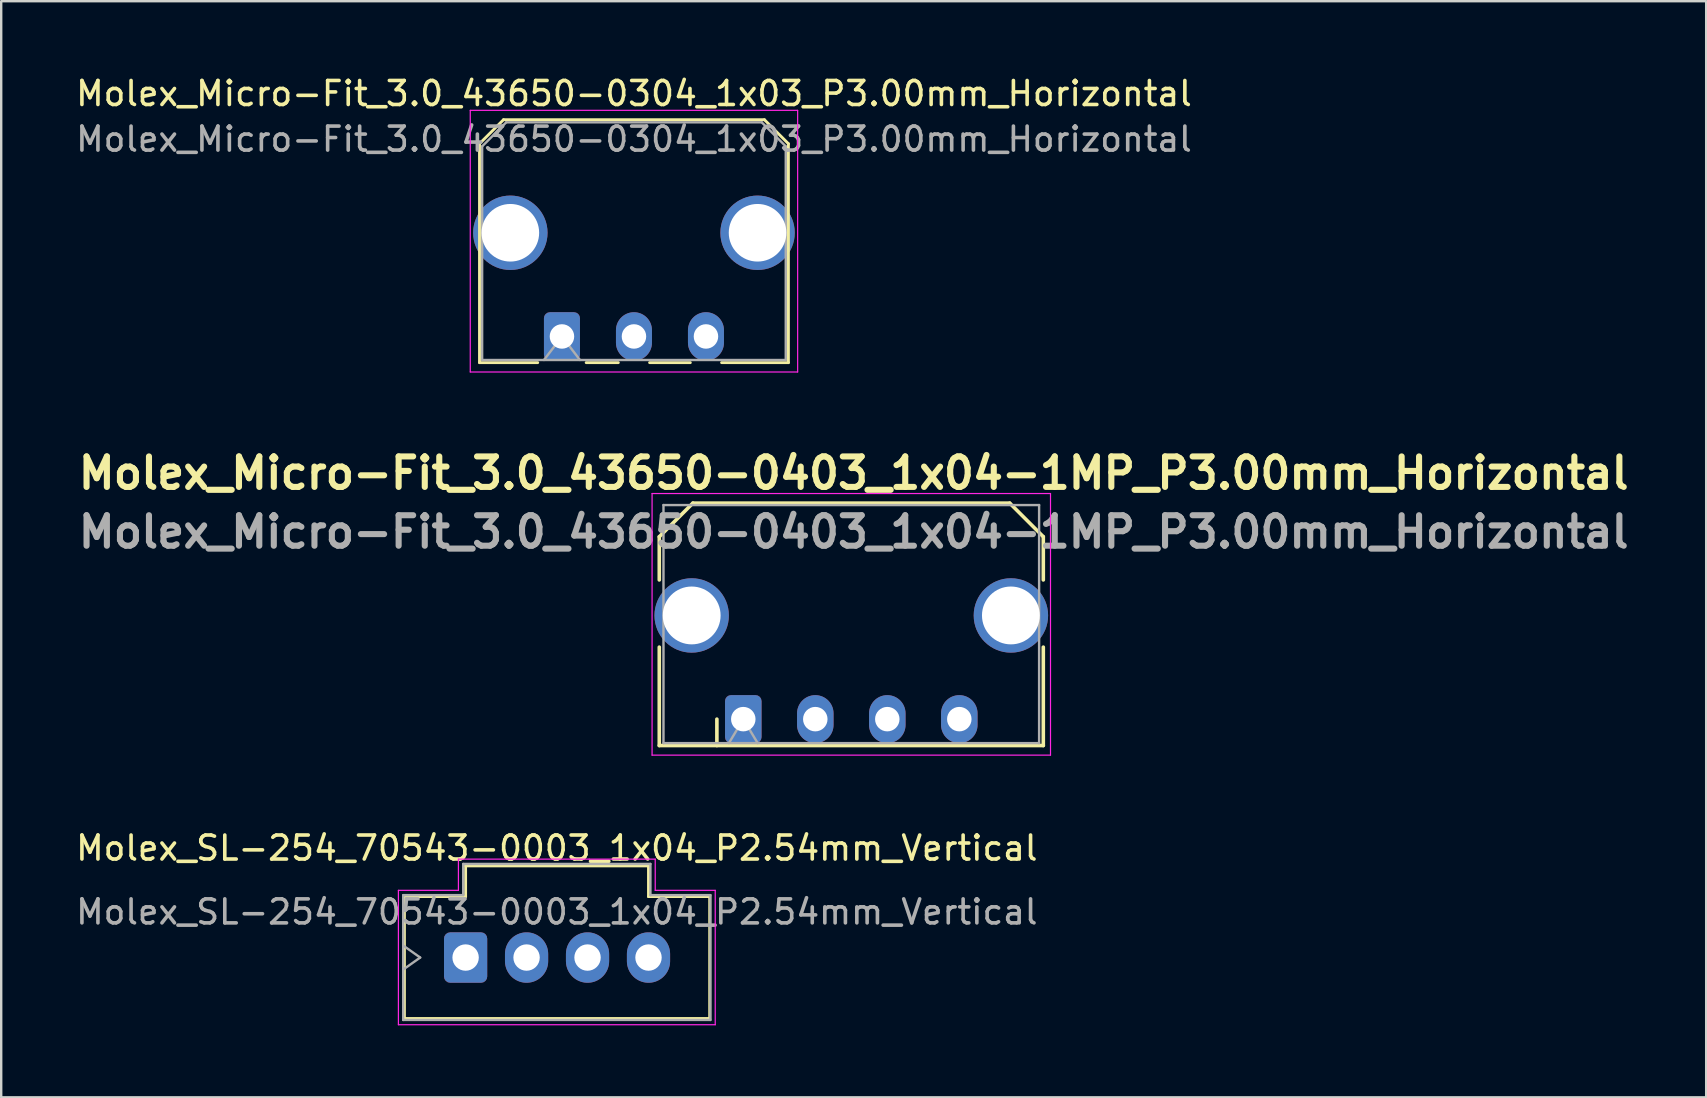
<source format=kicad_pcb>
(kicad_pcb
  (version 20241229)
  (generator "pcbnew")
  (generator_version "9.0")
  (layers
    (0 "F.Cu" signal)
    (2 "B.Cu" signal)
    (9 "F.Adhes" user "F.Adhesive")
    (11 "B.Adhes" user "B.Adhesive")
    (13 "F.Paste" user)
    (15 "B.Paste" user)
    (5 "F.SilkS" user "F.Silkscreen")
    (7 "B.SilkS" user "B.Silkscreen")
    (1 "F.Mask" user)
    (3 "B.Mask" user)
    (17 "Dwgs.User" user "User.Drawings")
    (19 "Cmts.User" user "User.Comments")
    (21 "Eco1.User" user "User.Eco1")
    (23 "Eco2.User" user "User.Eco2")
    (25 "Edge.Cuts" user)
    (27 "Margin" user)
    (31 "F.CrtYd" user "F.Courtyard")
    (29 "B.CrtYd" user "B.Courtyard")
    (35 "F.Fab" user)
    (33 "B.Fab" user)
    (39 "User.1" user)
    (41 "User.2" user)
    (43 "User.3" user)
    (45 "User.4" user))
  (footprint "Molex_Micro-Fit_3.0_43650-0304_1x03_P3.00mm_Horizontal"
    (layer "F.Cu")
    (at 20.363 10.968)
    (property "Reference" "Molex_Micro-Fit_3.0_43650-0304_1x03_P3.00mm_Horizontal" (at 3 -10.12 0) (layer "F.SilkS") (effects (font (size 1 1) (thickness 0.15))))
    (attr through_hole)
    (fp_line (start -3.435 -8.03) (end -2.435 -9.03) (stroke (width 0.12) (type solid)) (layer "F.SilkS"))
    (fp_line (start -3.435 1.09) (end -3.435 -8.03) (stroke (width 0.12) (type solid)) (layer "F.SilkS"))
    (fp_line (start -3.435 1.09) (end -1.01 1.09) (stroke (width 0.12) (type solid)) (layer "F.SilkS"))
    (fp_line (start -2.435 -9.03) (end 8.435 -9.03) (stroke (width 0.12) (type solid)) (layer "F.SilkS"))
    (fp_line (start 1.01 1.09) (end 2.348 1.09) (stroke (width 0.12) (type solid)) (layer "F.SilkS"))
    (fp_line (start 3.652 1.09) (end 5.348 1.09) (stroke (width 0.12) (type solid)) (layer "F.SilkS"))
    (fp_line (start 8.435 -9.03) (end 9.435 -8.03) (stroke (width 0.12) (type solid)) (layer "F.SilkS"))
    (fp_line (start 9.435 -8.03) (end 9.435 1.09) (stroke (width 0.12) (type solid)) (layer "F.SilkS"))
    (fp_line (start 9.435 1.09) (end 6.652 1.09) (stroke (width 0.12) (type solid)) (layer "F.SilkS"))
    (fp_line (start -3.82 -9.42) (end 9.82 -9.42) (stroke (width 0.05) (type solid)) (layer "F.CrtYd"))
    (fp_line (start -3.82 1.48) (end -3.82 -9.42) (stroke (width 0.05) (type solid)) (layer "F.CrtYd"))
    (fp_line (start 9.82 -9.42) (end 9.82 1.48) (stroke (width 0.05) (type solid)) (layer "F.CrtYd"))
    (fp_line (start 9.82 1.48) (end -3.82 1.48) (stroke (width 0.05) (type solid)) (layer "F.CrtYd"))
    (fp_line (start -3.325 -7.92) (end -2.325 -8.92) (stroke (width 0.1) (type solid)) (layer "F.Fab"))
    (fp_line (start -3.325 0.98) (end -3.325 -7.92) (stroke (width 0.1) (type solid)) (layer "F.Fab"))
    (fp_line (start -2.325 -8.92) (end 8.325 -8.92) (stroke (width 0.1) (type solid)) (layer "F.Fab"))
    (fp_line (start -0.75 0.98) (end 0 0) (stroke (width 0.1) (type solid)) (layer "F.Fab"))
    (fp_line (start 0 0) (end 0.75 0.98) (stroke (width 0.1) (type solid)) (layer "F.Fab"))
    (fp_line (start 8.325 -8.92) (end 9.325 -7.92) (stroke (width 0.1) (type solid)) (layer "F.Fab"))
    (fp_line (start 9.325 -7.92) (end 9.325 0.98) (stroke (width 0.1) (type solid)) (layer "F.Fab"))
    (fp_line (start 9.325 0.98) (end -3.325 0.98) (stroke (width 0.1) (type solid)) (layer "F.Fab"))
    (fp_rect (start -4.07 -2.27) (end -1.62 -0.67) (stroke (width 0.01) (type default)) (fill no) (layer "User.2"))
    (fp_rect (start 7.63 -2.27) (end 10.08 -0.67) (stroke (width 0.01) (type default)) (fill no) (layer "User.2"))
    (fp_text user "${REFERENCE}" (at 3 -8.22 0) (layer "F.Fab") (effects (font (size 1 1) (thickness 0.15))))
    (fp_text user "No copper" (at -4 -1.27 0) (unlocked yes) (layer "User.2") (effects (font (size 0.3 0.3) (thickness 0.037)) (justify left bottom)))
    (fp_text user "No copper" (at 7.7 -1.27 0) (unlocked yes) (layer "User.2") (effects (font (size 0.3 0.3) (thickness 0.037)) (justify left bottom)))
    (pad "1" thru_hole roundrect (at 0 0) (size 1.5 2.02) (drill 1.02) (layers "*.Cu" "*.Mask") (roundrect_rratio 0.167))
    (pad "2" thru_hole oval (at 3 0) (size 1.5 2.02) (drill 1.02) (layers "*.Cu" "*.Mask"))
    (pad "3" thru_hole oval (at 6 0) (size 1.5 2.02) (drill 1.02) (layers "*.Cu" "*.Mask"))
    (pad "MP" thru_hole circle (at -2.15 -4.32 180) (size 3.1 3.1) (drill 2.4) (layers "*.Cu" "*.Mask"))
    (pad "MP" thru_hole circle (at 8.15 -4.32 180) (size 3.1 3.1) (drill 2.4) (layers "*.Cu" "*.Mask"))
    (zone (net_name "") (layer "F.Cu") (name "keepout_copper") (hatch edge 0.5) (connect_pads) (min_thickness 0.25) (filled_areas_thickness no) (keepout (tracks not_allowed) (vias not_allowed) (pads not_allowed) (copperpour not_allowed) (footprints allowed)) (placement (enabled no)) (fill) (polygon (pts (xy 16.293 8.698) (xy 16.293 10.298) (xy 18.743 10.298) (xy 18.743 8.698))))
    (zone (net_name "") (layer "F.Cu") (name "keepout_copper") (hatch edge 0.5) (connect_pads) (min_thickness 0.25) (filled_areas_thickness no) (keepout (tracks not_allowed) (vias not_allowed) (pads not_allowed) (copperpour not_allowed) (footprints allowed)) (placement (enabled no)) (fill) (polygon (pts (xy 27.993 8.698) (xy 27.993 10.298) (xy 30.443 10.298) (xy 30.443 8.698)))))
  (footprint "Molex_Micro-Fit_3.0_43650-0403_1x04-1MP_P3.00mm_Horizontal"
    (layer "F.Cu")
    (at 27.918 26.912)
    (property "Reference" "Molex_Micro-Fit_3.0_43650-0403_1x04-1MP_P3.00mm_Horizontal" (at 4.6 -10.25 180) (layer "F.SilkS") (effects (font (size 1.27 1.27) (thickness 0.254))))
    (attr through_hole)
    (fp_line (start -3.5 -7.6) (end -2.1 -9) (stroke (width 0.15) (type solid)) (layer "F.SilkS"))
    (fp_line (start -3.5 -5.8) (end -3.5 -7.6) (stroke (width 0.15) (type solid)) (layer "F.SilkS"))
    (fp_line (start -3.5 -3) (end -3.5 1.1) (stroke (width 0.15) (type solid)) (layer "F.SilkS"))
    (fp_line (start -2.1 -9) (end 11.1 -9) (stroke (width 0.15) (type solid)) (layer "F.SilkS"))
    (fp_line (start -1.1 0) (end -1.1 1.1) (stroke (width 0.15) (type solid)) (layer "F.SilkS"))
    (fp_line (start 12.5 -7.6) (end 11.1 -9) (stroke (width 0.15) (type solid)) (layer "F.SilkS"))
    (fp_line (start 12.5 -5.8) (end 12.5 -7.6) (stroke (width 0.15) (type solid)) (layer "F.SilkS"))
    (fp_line (start 12.5 -3) (end 12.5 1.1) (stroke (width 0.15) (type solid)) (layer "F.SilkS"))
    (fp_line (start 12.5 1.1) (end -3.5 1.1) (stroke (width 0.15) (type solid)) (layer "F.SilkS"))
    (fp_line (start -3.8 -9.4) (end 12.8 -9.4) (stroke (width 0.05) (type solid)) (layer "F.CrtYd"))
    (fp_line (start -3.8 1.5) (end -3.8 -9.4) (stroke (width 0.05) (type solid)) (layer "F.CrtYd"))
    (fp_line (start 12.8 -9.4) (end 12.8 1.5) (stroke (width 0.05) (type solid)) (layer "F.CrtYd"))
    (fp_line (start 12.8 1.5) (end -3.8 1.5) (stroke (width 0.05) (type solid)) (layer "F.CrtYd"))
    (fp_line (start -3.325 -8.92) (end 12.325 -8.92) (stroke (width 0.1) (type solid)) (layer "F.Fab"))
    (fp_line (start -3.325 1) (end -3.325 -8.92) (stroke (width 0.1) (type solid)) (layer "F.Fab"))
    (fp_line (start 0 0) (end -0.6 1) (stroke (width 0.1) (type solid)) (layer "F.Fab"))
    (fp_line (start 0 0) (end 0.6 1) (stroke (width 0.1) (type solid)) (layer "F.Fab"))
    (fp_line (start 12.325 -8.92) (end 12.325 1) (stroke (width 0.1) (type solid)) (layer "F.Fab"))
    (fp_line (start 12.325 1) (end -3.325 1) (stroke (width 0.1) (type solid)) (layer "F.Fab"))
    (fp_rect (start -4.075 -2.25) (end -1.625 -0.65) (stroke (width 0.01) (type default)) (fill no) (layer "User.2"))
    (fp_rect (start 10.625 -2.25) (end 13.075 -0.65) (stroke (width 0.01) (type default)) (fill no) (layer "User.2"))
    (fp_text user "${REFERENCE}" (at 4.6 -7.8 180) (layer "F.Fab") (effects (font (size 1.27 1.27) (thickness 0.254))))
    (fp_text user "No copper" (at -4.005 -1.25 0) (unlocked yes) (layer "User.2") (effects (font (size 0.3 0.3) (thickness 0.037)) (justify left bottom)))
    (fp_text user "No copper" (at 10.695 -1.25 0) (unlocked yes) (layer "User.2") (effects (font (size 0.3 0.3) (thickness 0.037)) (justify left bottom)))
    (pad "1" thru_hole roundrect (at 0 0 180) (size 1.52 2) (drill 1.02) (layers "*.Cu" "*.Mask") (roundrect_rratio 0.164))
    (pad "2" thru_hole oval (at 3 0 180) (size 1.52 2) (drill 1.02) (layers "*.Cu" "*.Mask"))
    (pad "3" thru_hole oval (at 6 0 180) (size 1.52 2) (drill 1.02) (layers "*.Cu" "*.Mask"))
    (pad "4" thru_hole oval (at 9 0 180) (size 1.52 2) (drill 1.02) (layers "*.Cu" "*.Mask"))
    (pad "MP" thru_hole circle (at -2.15 -4.32 180) (size 3.1 3.1) (drill 2.41) (layers "*.Cu" "*.Mask"))
    (pad "MP" thru_hole circle (at 11.15 -4.32 180) (size 3.1 3.1) (drill 2.41) (layers "*.Cu" "*.Mask"))
    (zone (net_name "") (layer "F.Cu") (name "keepout_copper") (hatch edge 0.5) (connect_pads) (min_thickness 0.25) (filled_areas_thickness no) (keepout (tracks not_allowed) (vias not_allowed) (pads not_allowed) (copperpour not_allowed) (footprints allowed)) (placement (enabled no)) (fill) (polygon (pts (xy 23.843 24.662) (xy 23.843 26.262) (xy 26.293 26.262) (xy 26.293 24.662))))
    (zone (net_name "") (layer "F.Cu") (name "keepout_copper") (hatch edge 0.5) (connect_pads) (min_thickness 0.25) (filled_areas_thickness no) (keepout (tracks not_allowed) (vias not_allowed) (pads not_allowed) (copperpour not_allowed) (footprints allowed)) (placement (enabled no)) (fill) (polygon (pts (xy 38.543 24.662) (xy 38.543 26.262) (xy 40.993 26.262) (xy 40.993 24.662)))))
  (footprint "Molex_SL-254_70543-0003_1x04_P2.54mm_Vertical"
    (layer "F.Cu")
    (at 16.349 36.845)
    (property "Reference" "Molex_SL-254_70543-0003_1x04_P2.54mm_Vertical" (at 3.8 -4.56 0) (layer "F.SilkS") (effects (font (size 1 1) (thickness 0.15))))
    (attr through_hole)
    (fp_line (start -2.55 -2.54) (end -2.55 2.54) (stroke (width 0.12) (type solid)) (layer "F.SilkS"))
    (fp_line (start -2.55 -2.54) (end 0 -2.54) (stroke (width 0.12) (type solid)) (layer "F.SilkS"))
    (fp_line (start -2.55 2.54) (end 10.17 2.54) (stroke (width 0.12) (type solid)) (layer "F.SilkS"))
    (fp_line (start 0 -3.82) (end 0 -2.54) (stroke (width 0.12) (type solid)) (layer "F.SilkS"))
    (fp_line (start 0 -3.82) (end 7.62 -3.82) (stroke (width 0.12) (type solid)) (layer "F.SilkS"))
    (fp_line (start 7.62 -3.82) (end 7.62 -2.54) (stroke (width 0.12) (type solid)) (layer "F.SilkS"))
    (fp_line (start 7.62 -2.54) (end 10.17 -2.54) (stroke (width 0.12) (type solid)) (layer "F.SilkS"))
    (fp_line (start 10.17 -2.54) (end 10.17 2.54) (stroke (width 0.12) (type solid)) (layer "F.SilkS"))
    (fp_line (start -2.8 -2.8) (end -2.8 2.8) (stroke (width 0.05) (type solid)) (layer "F.CrtYd"))
    (fp_line (start -2.8 2.8) (end 10.4 2.8) (stroke (width 0.05) (type solid)) (layer "F.CrtYd"))
    (fp_line (start -0.3 -2.8) (end -2.8 -2.8) (stroke (width 0.05) (type solid)) (layer "F.CrtYd"))
    (fp_line (start -0.3 -2.8) (end -0.3 -4.1) (stroke (width 0.05) (type solid)) (layer "F.CrtYd"))
    (fp_line (start 5.15 -4.1) (end -0.3 -4.1) (stroke (width 0.05) (type solid)) (layer "F.CrtYd"))
    (fp_line (start 5.15 -4.1) (end 7.9 -4.1) (stroke (width 0.05) (type solid)) (layer "F.CrtYd"))
    (fp_line (start 7.9 -2.8) (end 7.9 -4.1) (stroke (width 0.05) (type solid)) (layer "F.CrtYd"))
    (fp_line (start 7.9 -2.8) (end 10.4 -2.8) (stroke (width 0.05) (type solid)) (layer "F.CrtYd"))
    (fp_line (start 10.4 2.8) (end 10.4 -2.8) (stroke (width 0.05) (type solid)) (layer "F.CrtYd"))
    (fp_line (start -2.6 -2.6) (end -2.6 2.6) (stroke (width 0.1) (type solid)) (layer "F.Fab"))
    (fp_line (start -2.6 -0.5) (end -1.893 0) (stroke (width 0.1) (type solid)) (layer "F.Fab"))
    (fp_line (start -2.6 2.6) (end 10.2 2.6) (stroke (width 0.1) (type solid)) (layer "F.Fab"))
    (fp_line (start -1.893 0) (end -2.6 0.5) (stroke (width 0.1) (type solid)) (layer "F.Fab"))
    (fp_line (start -0.1 -2.6) (end -2.6 -2.6) (stroke (width 0.1) (type solid)) (layer "F.Fab"))
    (fp_line (start -0.1 -2.6) (end -0.1 -3.9) (stroke (width 0.1) (type solid)) (layer "F.Fab"))
    (fp_line (start 7.7 -3.9) (end -0.1 -3.9) (stroke (width 0.1) (type solid)) (layer "F.Fab"))
    (fp_line (start 7.7 -2.6) (end 7.7 -3.9) (stroke (width 0.1) (type solid)) (layer "F.Fab"))
    (fp_line (start 10.2 -2.6) (end 7.7 -2.6) (stroke (width 0.1) (type solid)) (layer "F.Fab"))
    (fp_line (start 10.2 2.6) (end 10.2 -2.6) (stroke (width 0.1) (type solid)) (layer "F.Fab"))
    (fp_text user "${REFERENCE}" (at 3.8 -1.9 0) (layer "F.Fab") (effects (font (size 1 1) (thickness 0.15))))
    (pad "1" thru_hole roundrect (at 0 0) (size 1.8 2.1) (drill 1.1) (layers "*.Cu" "*.Mask") (roundrect_rratio 0.144))
    (pad "2" thru_hole oval (at 2.54 0) (size 1.8 2.1) (drill 1.1) (layers "*.Cu" "*.Mask"))
    (pad "3" thru_hole oval (at 5.08 0) (size 1.8 2.1) (drill 1.1) (layers "*.Cu" "*.Mask"))
    (pad "4" thru_hole oval (at 7.62 0) (size 1.8 2.1) (drill 1.1) (layers "*.Cu" "*.Mask")))
  (gr_rect
    (start -3 -3)
    (end 68.036 42.67)
    (stroke (width 0.1) (type default))
    (fill no)
    (layer "Edge.Cuts")))
</source>
